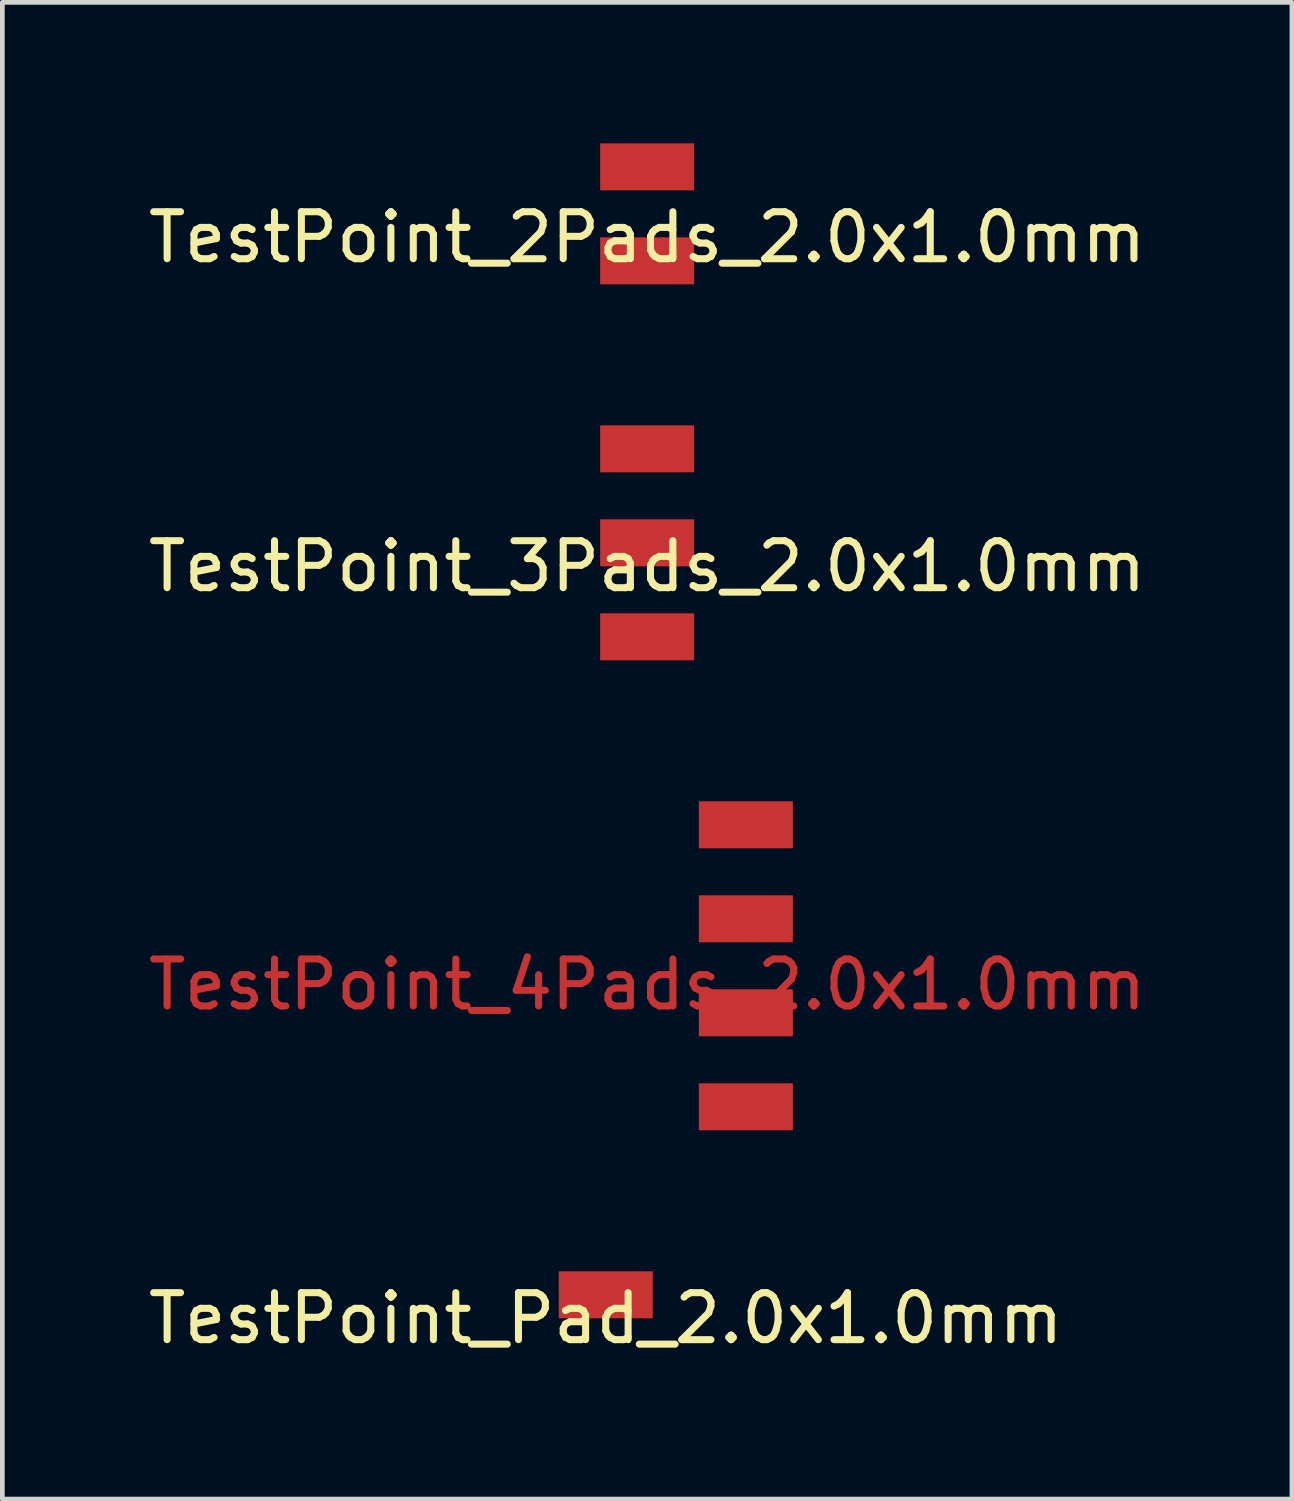
<source format=kicad_pcb>
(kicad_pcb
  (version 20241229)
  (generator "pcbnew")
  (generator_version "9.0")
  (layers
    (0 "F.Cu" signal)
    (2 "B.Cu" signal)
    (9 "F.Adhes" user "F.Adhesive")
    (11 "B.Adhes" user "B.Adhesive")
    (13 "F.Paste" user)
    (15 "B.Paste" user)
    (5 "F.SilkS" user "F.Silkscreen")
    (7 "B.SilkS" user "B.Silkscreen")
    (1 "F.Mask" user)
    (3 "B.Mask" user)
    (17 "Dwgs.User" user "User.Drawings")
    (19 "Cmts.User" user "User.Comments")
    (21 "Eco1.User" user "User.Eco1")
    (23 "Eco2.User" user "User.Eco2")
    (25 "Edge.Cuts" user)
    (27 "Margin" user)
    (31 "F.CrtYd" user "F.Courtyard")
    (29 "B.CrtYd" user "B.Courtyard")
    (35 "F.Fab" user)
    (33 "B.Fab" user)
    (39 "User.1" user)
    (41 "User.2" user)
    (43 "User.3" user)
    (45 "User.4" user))
  (footprint "TestPoint_2Pads_2.0x1.0mm"
    (layer "F.Cu")
    (at 10.72 1.5)
    (property "Reference" "TestPoint_2Pads_2.0x1.0mm" (at 0 0.5 180) (layer "F.SilkS") (effects (font (size 1 1) (thickness 0.15))))
    (attr through_hole)
    (pad "1" smd rect (at 0 -1) (size 2 1) (layers "F.Cu" "F.Mask" "F.Paste"))
    (pad "2" smd rect (at 0 1) (size 2 1) (layers "F.Cu" "F.Mask" "F.Paste")))
  (footprint "TestPoint_3Pads_2.0x1.0mm"
    (layer "F.Cu")
    (at 10.72 8.5)
    (property "Reference" "TestPoint_3Pads_2.0x1.0mm" (at 0 0.5 0) (layer "F.SilkS") (effects (font (size 1 1) (thickness 0.15))))
    (attr through_hole)
    (pad "1" smd rect (at 0 -2) (size 2 1) (layers "F.Cu" "F.Mask" "F.Paste"))
    (pad "2" smd rect (at 0 0) (size 2 1) (layers "F.Cu" "F.Mask" "F.Paste"))
    (pad "3" smd rect (at 0 2) (size 2 1) (layers "F.Cu" "F.Mask" "F.Paste")))
  (footprint "TestPoint_Pad_2.0x1.0mm"
    (layer "F.Cu")
    (at 9.839 24.5)
    (property "Reference" "TestPoint_Pad_2.0x1.0mm" (at 0 0.5 0) (layer "F.SilkS") (effects (font (size 1 1) (thickness 0.15))))
    (attr through_hole)
    (pad "1" smd rect (at 0 0) (size 2 1) (layers "F.Cu" "F.Mask" "F.Paste")))
  (footprint "TestPoint_4Pads_2.0x1.0mm"
    (layer "F.Cu")
    (at 12.82 17.5)
    (property "Reference" "TestPoint_4Pads_2.0x1.0mm" (at -2.1 0.4 180) (layer "F.Cu") (effects (font (size 1 1) (thickness 0.15))))
    (attr through_hole)
    (pad "1" smd rect (at 0 -3) (size 2 1) (layers "F.Cu" "F.Mask" "F.Paste"))
    (pad "2" smd rect (at 0 -1) (size 2 1) (layers "F.Cu" "F.Mask" "F.Paste"))
    (pad "3" smd rect (at 0 1) (size 2 1) (layers "F.Cu" "F.Mask" "F.Paste"))
    (pad "4" smd rect (at 0 3) (size 2 1) (layers "F.Cu" "F.Mask" "F.Paste")))
  (gr_rect
    (start -3 -3)
    (end 24.44 28.848)
    (stroke (width 0.1) (type default))
    (fill no)
    (layer "Edge.Cuts")))
</source>
